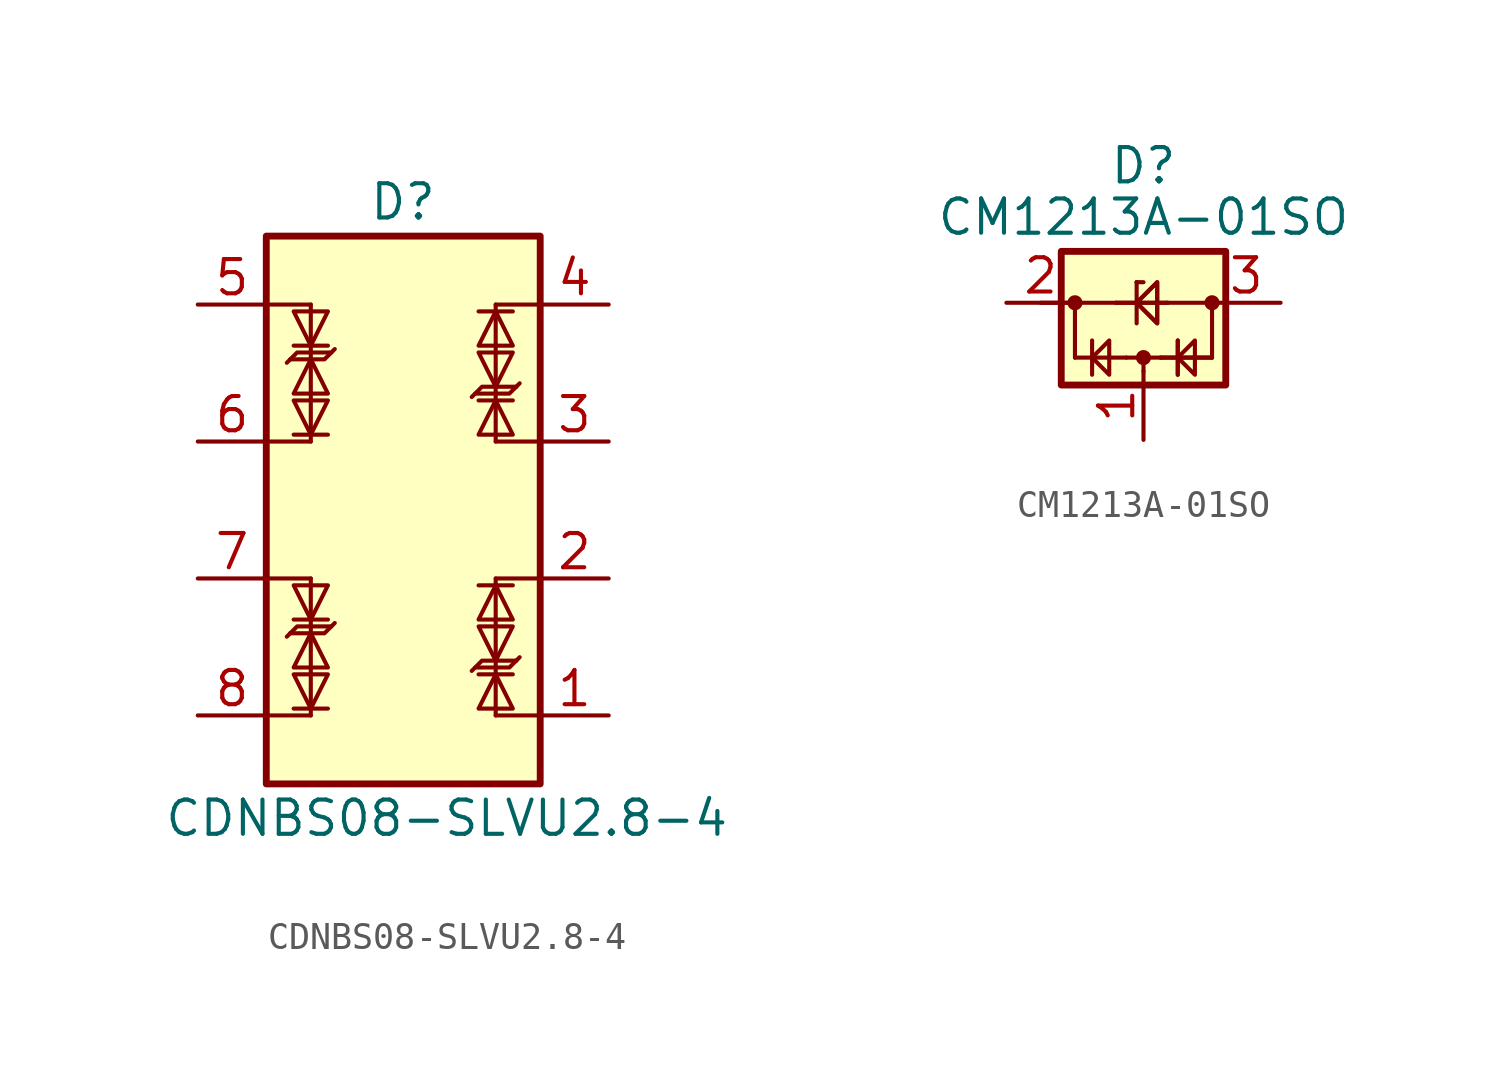
<source format=kicad_sym>
(kicad_symbol_lib
  (version 20201005)
  (generator kicad_symbol_editor)
  (symbol "Power_Protection:CDNBS08-SLVU2.8-4"
    (pin_names hide)
    (property "Reference" "D"
      (at 1.27 11.43 0)
      (effects (font (size 1.27 1.27)) (justify right)))
    (property "Value" "CDNBS08-SLVU2.8-4"
      (at -8.89 -11.43 0)
      (effects (font (size 1.27 1.27)) (justify left)))
    (symbol "CDNBS08-SLVU2.8-4_0_1"
      (rectangle (start -5.08 10.16) (end 5.08 -10.16) (stroke (width 0.254)) (fill (type background)))
      (polyline (pts (xy -5.08 -7.62) (xy -3.429 -7.62)) (stroke (width 0)) (fill (type none)))
      (polyline (pts (xy -5.08 -2.54) (xy -3.429 -2.54)) (stroke (width 0)) (fill (type none)))
      (polyline (pts (xy -5.08 2.54) (xy -3.429 2.54)) (stroke (width 0)) (fill (type none)))
      (polyline (pts (xy -5.08 7.62) (xy -3.429 7.62)) (stroke (width 0)) (fill (type none)))
      (polyline (pts (xy -4.318 -4.699) (xy -4.191 -4.572)) (stroke (width 0)) (fill (type none)))
      (polyline (pts (xy -4.318 5.461) (xy -4.191 5.588)) (stroke (width 0)) (fill (type none)))
      (polyline (pts (xy -4.064 -7.366) (xy -2.794 -7.366)) (stroke (width 0)) (fill (type none)))
      (polyline (pts (xy -4.064 -4.064) (xy -2.794 -4.064)) (stroke (width 0)) (fill (type none)))
      (polyline (pts (xy -4.064 2.794) (xy -2.794 2.794)) (stroke (width 0)) (fill (type none)))
      (polyline (pts (xy -4.064 6.096) (xy -2.794 6.096)) (stroke (width 0)) (fill (type none)))
      (polyline (pts (xy -3.429 -7.62) (xy -3.429 -2.54)) (stroke (width 0)) (fill (type none)))
      (polyline (pts (xy -3.429 2.54) (xy -3.429 7.62)) (stroke (width 0)) (fill (type none)))
      (polyline (pts (xy 3.429 -2.54) (xy 3.429 -7.62)) (stroke (width 0)) (fill (type none)))
      (polyline (pts (xy 3.429 7.62) (xy 3.429 2.54)) (stroke (width 0)) (fill (type none)))
      (polyline (pts (xy 4.064 -6.096) (xy 2.794 -6.096)) (stroke (width 0)) (fill (type none)))
      (polyline (pts (xy 4.064 -2.794) (xy 2.794 -2.794)) (stroke (width 0)) (fill (type none)))
      (polyline (pts (xy 4.064 4.064) (xy 2.794 4.064)) (stroke (width 0)) (fill (type none)))
      (polyline (pts (xy 4.064 7.366) (xy 2.794 7.366)) (stroke (width 0)) (fill (type none)))
      (polyline (pts (xy 4.318 -5.461) (xy 4.191 -5.588)) (stroke (width 0)) (fill (type none)))
      (polyline (pts (xy 4.318 4.699) (xy 4.191 4.572)) (stroke (width 0)) (fill (type none)))
      (polyline (pts (xy 5.08 -7.62) (xy 3.429 -7.62)) (stroke (width 0)) (fill (type none)))
      (polyline (pts (xy 5.08 -2.54) (xy 3.429 -2.54)) (stroke (width 0)) (fill (type none)))
      (polyline (pts (xy 5.08 2.54) (xy 3.429 2.54)) (stroke (width 0)) (fill (type none)))
      (polyline (pts (xy 5.08 7.62) (xy 3.429 7.62)) (stroke (width 0)) (fill (type none)))
      (polyline (pts (xy -4.191 -4.572) (xy -3.937 -4.318) (xy -2.667 -4.318)) (stroke (width 0)) (fill (type none)))
      (polyline (pts (xy -4.191 -4.572) (xy -2.921 -4.572) (xy -2.54 -4.191)) (stroke (width 0)) (fill (type none)))
      (polyline (pts (xy -4.191 5.588) (xy -3.937 5.842) (xy -2.667 5.842)) (stroke (width 0)) (fill (type none)))
      (polyline (pts (xy -4.191 5.588) (xy -2.921 5.588) (xy -2.54 5.969)) (stroke (width 0)) (fill (type none)))
      (polyline (pts (xy 4.191 -5.588) (xy 2.921 -5.588) (xy 2.54 -5.969)) (stroke (width 0)) (fill (type none)))
      (polyline (pts (xy 4.191 -5.588) (xy 3.937 -5.842) (xy 2.667 -5.842)) (stroke (width 0)) (fill (type none)))
      (polyline (pts (xy 4.191 4.572) (xy 2.921 4.572) (xy 2.54 4.191)) (stroke (width 0)) (fill (type none)))
      (polyline (pts (xy 4.191 4.572) (xy 3.937 4.318) (xy 2.667 4.318)) (stroke (width 0)) (fill (type none)))
      (polyline (pts (xy -3.429 -7.366) (xy -4.064 -6.096) (xy -2.794 -6.096) (xy -3.429 -7.366)) (stroke (width 0)) (fill (type none)))
      (polyline (pts (xy -3.429 -4.572) (xy -2.794 -5.842) (xy -4.064 -5.842) (xy -3.429 -4.572)) (stroke (width 0)) (fill (type none)))
      (polyline (pts (xy -3.429 -4.064) (xy -4.064 -2.794) (xy -2.794 -2.794) (xy -3.429 -4.064)) (stroke (width 0)) (fill (type none)))
      (polyline (pts (xy -3.429 2.794) (xy -4.064 4.064) (xy -2.794 4.064) (xy -3.429 2.794)) (stroke (width 0)) (fill (type none)))
      (polyline (pts (xy -3.429 5.588) (xy -2.794 4.318) (xy -4.064 4.318) (xy -3.429 5.588)) (stroke (width 0)) (fill (type none)))
      (polyline (pts (xy -3.429 6.096) (xy -4.064 7.366) (xy -2.794 7.366) (xy -3.429 6.096)) (stroke (width 0)) (fill (type none)))
      (polyline (pts (xy 3.429 -6.096) (xy 4.064 -7.366) (xy 2.794 -7.366) (xy 3.429 -6.096)) (stroke (width 0)) (fill (type none)))
      (polyline (pts (xy 3.429 -5.588) (xy 2.794 -4.318) (xy 4.064 -4.318) (xy 3.429 -5.588)) (stroke (width 0)) (fill (type none)))
      (polyline (pts (xy 3.429 -2.794) (xy 4.064 -4.064) (xy 2.794 -4.064) (xy 3.429 -2.794)) (stroke (width 0)) (fill (type none)))
      (polyline (pts (xy 3.429 4.064) (xy 4.064 2.794) (xy 2.794 2.794) (xy 3.429 4.064)) (stroke (width 0)) (fill (type none)))
      (polyline (pts (xy 3.429 4.572) (xy 2.794 5.842) (xy 4.064 5.842) (xy 3.429 4.572)) (stroke (width 0)) (fill (type none)))
      (polyline (pts (xy 3.429 7.366) (xy 4.064 6.096) (xy 2.794 6.096) (xy 3.429 7.366)) (stroke (width 0)) (fill (type none))))
    (symbol "CDNBS08-SLVU2.8-4_1_1"
      (pin passive line (at 7.62 -7.62 180) (length 2.54) (name "TVS1" (effects (font (size 1.27 1.27)))) (number "1" (effects (font (size 1.27 1.27)))))
      (pin passive line (at 7.62 -2.54 180) (length 2.54) (name "TVS2" (effects (font (size 1.27 1.27)))) (number "2" (effects (font (size 1.27 1.27)))))
      (pin passive line (at 7.62 2.54 180) (length 2.54) (name "TVS1" (effects (font (size 1.27 1.27)))) (number "3" (effects (font (size 1.27 1.27)))))
      (pin passive line (at 7.62 7.62 180) (length 2.54) (name "TVS2" (effects (font (size 1.27 1.27)))) (number "4" (effects (font (size 1.27 1.27)))))
      (pin passive line (at -7.62 7.62 0) (length 2.54) (name "TVS1" (effects (font (size 1.27 1.27)))) (number "5" (effects (font (size 1.27 1.27)))))
      (pin passive line (at -7.62 2.54 0) (length 2.54) (name "TVS2" (effects (font (size 1.27 1.27)))) (number "6" (effects (font (size 1.27 1.27)))))
      (pin passive line (at -7.62 -2.54 0) (length 2.54) (name "TVS1" (effects (font (size 1.27 1.27)))) (number "7" (effects (font (size 1.27 1.27)))))
      (pin passive line (at -7.62 -7.62 0) (length 2.54) (name "TVS2" (effects (font (size 1.27 1.27)))) (number "8" (effects (font (size 1.27 1.27)))))))
  (symbol "Power_Protection:CM1213A-01SO"
    (pin_names hide)
    (property "Reference" "D"
      (at 0 5.08 0)
      (effects (font (size 1.27 1.27))))
    (property "Value" "CM1213A-01SO"
      (at 0 3.175 0)
      (effects (font (size 1.27 1.27))))
    (symbol "CM1213A-01SO_0_1"
      (circle (center -2.54 0) (radius 0.203) (stroke (width 0)) (fill (type outline)))
      (circle (center 0 -2.032) (radius 0.203) (stroke (width 0)) (fill (type outline)))
      (circle (center 2.54 0) (radius 0.203) (stroke (width 0)) (fill (type outline)))
      (rectangle (start -3.048 -3.048) (end 3.048 1.905) (stroke (width 0.254)) (fill (type background)))
      (polyline (pts (xy -2.54 -2.032) (xy -2.54 0)) (stroke (width 0)) (fill (type none)))
      (polyline (pts (xy -1.905 -2.667) (xy -1.905 -1.397)) (stroke (width 0)) (fill (type none)))
      (polyline (pts (xy -1.016 0) (xy -3.81 0)) (stroke (width 0)) (fill (type none)))
      (polyline (pts (xy -0.635 -2.032) (xy -2.54 -2.032)) (stroke (width 0)) (fill (type none)))
      (polyline (pts (xy -0.635 -2.032) (xy 0.635 -2.032)) (stroke (width 0)) (fill (type none)))
      (polyline (pts (xy -0.254 -0.762) (xy -0.254 0.762)) (stroke (width 0)) (fill (type none)))
      (polyline (pts (xy -0.254 0.762) (xy -0.254 0.762)) (stroke (width 0)) (fill (type none)))
      (polyline (pts (xy 0 -2.54) (xy 0 -2.032)) (stroke (width 0)) (fill (type none)))
      (polyline (pts (xy 0 0.762) (xy -0.254 0.762)) (stroke (width 0)) (fill (type none)))
      (polyline (pts (xy 0.889 0) (xy -1.016 0)) (stroke (width 0)) (fill (type none)))
      (polyline (pts (xy 0.889 0) (xy -1.016 0)) (stroke (width 0)) (fill (type none)))
      (polyline (pts (xy 0.889 0) (xy 2.54 0)) (stroke (width 0)) (fill (type none)))
      (polyline (pts (xy 1.27 -2.667) (xy 1.27 -1.397)) (stroke (width 0)) (fill (type none)))
      (polyline (pts (xy 1.27 -2.667) (xy 1.27 -1.397)) (stroke (width 0)) (fill (type none)))
      (polyline (pts (xy 2.54 -2.032) (xy 0.635 -2.032)) (stroke (width 0)) (fill (type none)))
      (polyline (pts (xy 2.54 -2.032) (xy 0.635 -2.032)) (stroke (width 0)) (fill (type none)))
      (polyline (pts (xy 2.54 -2.032) (xy 2.54 0)) (stroke (width 0)) (fill (type none)))
      (polyline (pts (xy -1.27 -2.667) (xy -1.27 -1.397) (xy -1.905 -2.032) (xy -1.27 -2.667)) (stroke (width 0)) (fill (type none)))
      (polyline (pts (xy 0.508 -0.762) (xy 0.508 0.762) (xy -0.254 0) (xy 0.508 -0.762)) (stroke (width 0)) (fill (type none)))
      (polyline (pts (xy 0.508 -0.762) (xy 0.508 0.762) (xy -0.254 0) (xy 0.508 -0.762)) (stroke (width 0)) (fill (type none)))
      (polyline (pts (xy 1.905 -2.667) (xy 1.905 -1.397) (xy 1.27 -2.032) (xy 1.905 -2.667)) (stroke (width 0)) (fill (type none))))
    (symbol "CM1213A-01SO_1_1"
      (pin passive line (at 0 -5.08 90) (length 2.54) (name "CH1" (effects (font (size 1.27 1.27)))) (number "1" (effects (font (size 1.27 1.27)))))
      (pin passive line (at -5.08 0 0) (length 2.54) (name "VP" (effects (font (size 1.27 1.27)))) (number "2" (effects (font (size 1.27 1.27)))))
      (pin passive line (at 5.08 0 180) (length 2.54) (name "VN" (effects (font (size 1.27 1.27)))) (number "3" (effects (font (size 1.27 1.27))))))))
</source>
